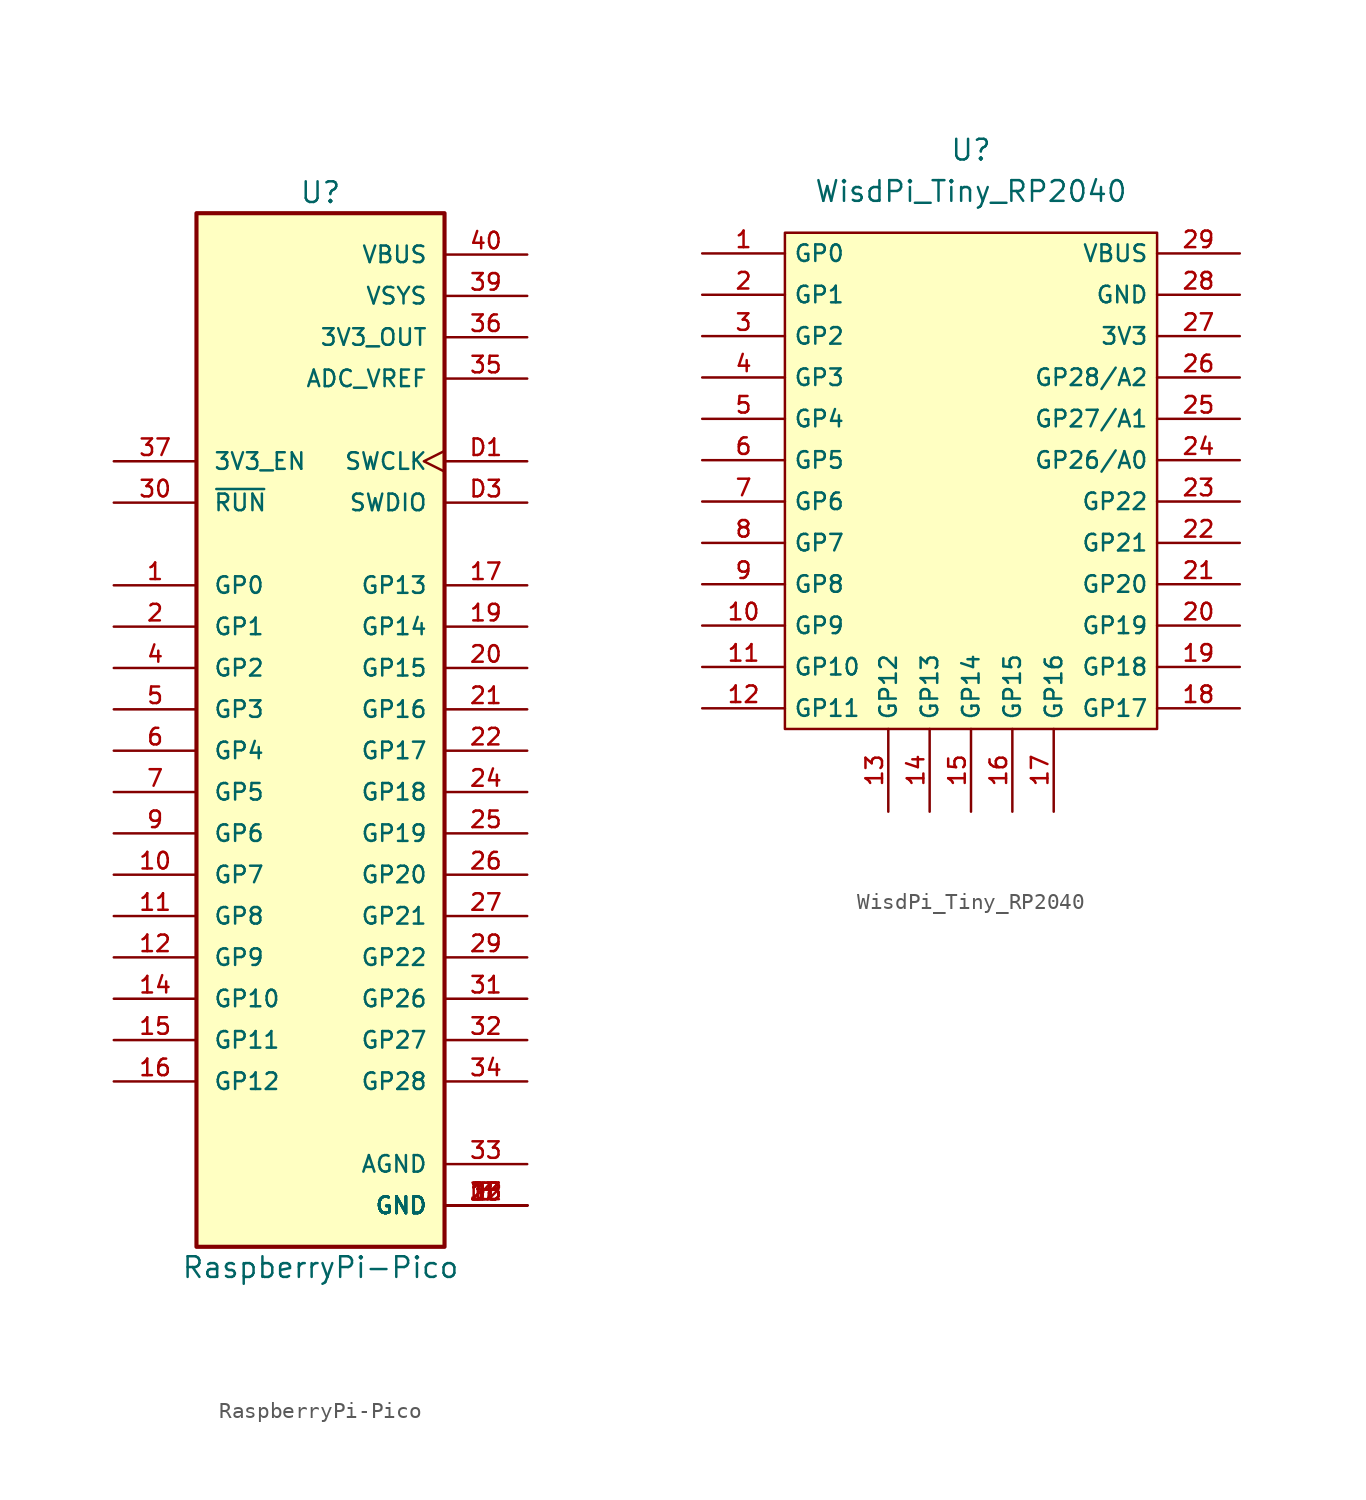
<source format=kicad_sym>
(kicad_symbol_lib
  (version 20211014)
  (generator kicad_symbol_editor)
  (symbol "RaspberryPi-Pico"
    (pin_names
      (offset 1.016))
    (property "Reference" "U"
      (at 0 31.75 0)
      (effects (font (size 1.27 1.27))))
    (property "Value" "RaspberryPi-Pico"
      (at 0 -34.29 0)
      (effects (font (size 1.27 1.27))))
    (symbol "RaspberryPi-Pico_0_0"
      (rectangle (start -7.62 30.48) (end 7.62 -33.02) (stroke (width 0.254) (type default) (color 0 0 0 0)) (fill (type background)))
      (pin bidirectional line (at -12.7 7.62 0) (length 5.08) (name "GP0" (effects (font (size 1.016 1.016)))) (number "1" (effects (font (size 1.016 1.016)))))
      (pin bidirectional line (at -12.7 -10.16 0) (length 5.08) (name "GP7" (effects (font (size 1.016 1.016)))) (number "10" (effects (font (size 1.016 1.016)))))
      (pin bidirectional line (at -12.7 -12.7 0) (length 5.08) (name "GP8" (effects (font (size 1.016 1.016)))) (number "11" (effects (font (size 1.016 1.016)))))
      (pin bidirectional line (at -12.7 -15.24 0) (length 5.08) (name "GP9" (effects (font (size 1.016 1.016)))) (number "12" (effects (font (size 1.016 1.016)))))
      (pin power_in line (at 12.7 -30.48 180) (length 5.08) (name "GND" (effects (font (size 1.016 1.016)))) (number "13" (effects (font (size 1.016 1.016)))))
      (pin bidirectional line (at -12.7 -17.78 0) (length 5.08) (name "GP10" (effects (font (size 1.016 1.016)))) (number "14" (effects (font (size 1.016 1.016)))))
      (pin bidirectional line (at -12.7 -20.32 0) (length 5.08) (name "GP11" (effects (font (size 1.016 1.016)))) (number "15" (effects (font (size 1.016 1.016)))))
      (pin bidirectional line (at -12.7 -22.86 0) (length 5.08) (name "GP12" (effects (font (size 1.016 1.016)))) (number "16" (effects (font (size 1.016 1.016)))))
      (pin bidirectional line (at 12.7 7.62 180) (length 5.08) (name "GP13" (effects (font (size 1.016 1.016)))) (number "17" (effects (font (size 1.016 1.016)))))
      (pin power_in line (at 12.7 -30.48 180) (length 5.08) (name "GND" (effects (font (size 1.016 1.016)))) (number "18" (effects (font (size 1.016 1.016)))))
      (pin bidirectional line (at 12.7 5.08 180) (length 5.08) (name "GP14" (effects (font (size 1.016 1.016)))) (number "19" (effects (font (size 1.016 1.016)))))
      (pin bidirectional line (at -12.7 5.08 0) (length 5.08) (name "GP1" (effects (font (size 1.016 1.016)))) (number "2" (effects (font (size 1.016 1.016)))))
      (pin bidirectional line (at 12.7 2.54 180) (length 5.08) (name "GP15" (effects (font (size 1.016 1.016)))) (number "20" (effects (font (size 1.016 1.016)))))
      (pin bidirectional line (at 12.7 0 180) (length 5.08) (name "GP16" (effects (font (size 1.016 1.016)))) (number "21" (effects (font (size 1.016 1.016)))))
      (pin bidirectional line (at 12.7 -2.54 180) (length 5.08) (name "GP17" (effects (font (size 1.016 1.016)))) (number "22" (effects (font (size 1.016 1.016)))))
      (pin power_in line (at 12.7 -30.48 180) (length 5.08) (name "GND" (effects (font (size 1.016 1.016)))) (number "23" (effects (font (size 1.016 1.016)))))
      (pin bidirectional line (at 12.7 -5.08 180) (length 5.08) (name "GP18" (effects (font (size 1.016 1.016)))) (number "24" (effects (font (size 1.016 1.016)))))
      (pin bidirectional line (at 12.7 -7.62 180) (length 5.08) (name "GP19" (effects (font (size 1.016 1.016)))) (number "25" (effects (font (size 1.016 1.016)))))
      (pin bidirectional line (at 12.7 -10.16 180) (length 5.08) (name "GP20" (effects (font (size 1.016 1.016)))) (number "26" (effects (font (size 1.016 1.016)))))
      (pin bidirectional line (at 12.7 -12.7 180) (length 5.08) (name "GP21" (effects (font (size 1.016 1.016)))) (number "27" (effects (font (size 1.016 1.016)))))
      (pin power_in line (at 12.7 -30.48 180) (length 5.08) (name "GND" (effects (font (size 1.016 1.016)))) (number "28" (effects (font (size 1.016 1.016)))))
      (pin bidirectional line (at 12.7 -15.24 180) (length 5.08) (name "GP22" (effects (font (size 1.016 1.016)))) (number "29" (effects (font (size 1.016 1.016)))))
      (pin power_in line (at 12.7 -30.48 180) (length 5.08) (name "GND" (effects (font (size 1.016 1.016)))) (number "3" (effects (font (size 1.016 1.016)))))
      (pin input line (at -12.7 12.7 0) (length 5.08) (name "~{RUN}" (effects (font (size 1.016 1.016)))) (number "30" (effects (font (size 1.016 1.016)))))
      (pin bidirectional line (at 12.7 -17.78 180) (length 5.08) (name "GP26" (effects (font (size 1.016 1.016)))) (number "31" (effects (font (size 1.016 1.016)))))
      (pin bidirectional line (at 12.7 -20.32 180) (length 5.08) (name "GP27" (effects (font (size 1.016 1.016)))) (number "32" (effects (font (size 1.016 1.016)))))
      (pin power_in line (at 12.7 -27.94 180) (length 5.08) (name "AGND" (effects (font (size 1.016 1.016)))) (number "33" (effects (font (size 1.016 1.016)))))
      (pin bidirectional line (at 12.7 -22.86 180) (length 5.08) (name "GP28" (effects (font (size 1.016 1.016)))) (number "34" (effects (font (size 1.016 1.016)))))
      (pin power_in line (at 12.7 20.32 180) (length 5.08) (name "ADC_VREF" (effects (font (size 1.016 1.016)))) (number "35" (effects (font (size 1.016 1.016)))))
      (pin power_in line (at 12.7 22.86 180) (length 5.08) (name "3V3_OUT" (effects (font (size 1.016 1.016)))) (number "36" (effects (font (size 1.016 1.016)))))
      (pin input line (at -12.7 15.24 0) (length 5.08) (name "3V3_EN" (effects (font (size 1.016 1.016)))) (number "37" (effects (font (size 1.016 1.016)))))
      (pin power_in line (at 12.7 -30.48 180) (length 5.08) (name "GND" (effects (font (size 1.016 1.016)))) (number "38" (effects (font (size 1.016 1.016)))))
      (pin power_in line (at 12.7 25.4 180) (length 5.08) (name "VSYS" (effects (font (size 1.016 1.016)))) (number "39" (effects (font (size 1.016 1.016)))))
      (pin bidirectional line (at -12.7 2.54 0) (length 5.08) (name "GP2" (effects (font (size 1.016 1.016)))) (number "4" (effects (font (size 1.016 1.016)))))
      (pin power_in line (at 12.7 27.94 180) (length 5.08) (name "VBUS" (effects (font (size 1.016 1.016)))) (number "40" (effects (font (size 1.016 1.016)))))
      (pin bidirectional line (at -12.7 0 0) (length 5.08) (name "GP3" (effects (font (size 1.016 1.016)))) (number "5" (effects (font (size 1.016 1.016)))))
      (pin bidirectional line (at -12.7 -2.54 0) (length 5.08) (name "GP4" (effects (font (size 1.016 1.016)))) (number "6" (effects (font (size 1.016 1.016)))))
      (pin bidirectional line (at -12.7 -5.08 0) (length 5.08) (name "GP5" (effects (font (size 1.016 1.016)))) (number "7" (effects (font (size 1.016 1.016)))))
      (pin power_in line (at 12.7 -30.48 180) (length 5.08) (name "GND" (effects (font (size 1.016 1.016)))) (number "8" (effects (font (size 1.016 1.016)))))
      (pin bidirectional line (at -12.7 -7.62 0) (length 5.08) (name "GP6" (effects (font (size 1.016 1.016)))) (number "9" (effects (font (size 1.016 1.016)))))
      (pin input clock (at 12.7 15.24 180) (length 5.08) (name "SWCLK" (effects (font (size 1.016 1.016)))) (number "D1" (effects (font (size 1.016 1.016)))))
      (pin power_in line (at 12.7 -30.48 180) (length 5.08) (name "GND" (effects (font (size 1.016 1.016)))) (number "D2" (effects (font (size 1.016 1.016)))))
      (pin bidirectional line (at 12.7 12.7 180) (length 5.08) (name "SWDIO" (effects (font (size 1.016 1.016)))) (number "D3" (effects (font (size 1.016 1.016)))))))
  (symbol "WisdPi_Tiny_RP2040"
    (property "Reference" "U"
      (at 0 20.32 0)
      (effects (font (size 1.27 1.27))))
    (property "Value" "WisdPi_Tiny_RP2040"
      (at 0 17.78 0)
      (effects (font (size 1.27 1.27))))
    (symbol "WisdPi_Tiny_RP2040_0_0"
      (pin bidirectional line (at -16.51 13.97 0) (length 5.08) (name "GP0" (effects (font (size 1.016 1.016)))) (number "1" (effects (font (size 1.016 1.016)))))
      (pin bidirectional line (at -16.51 -8.89 0) (length 5.08) (name "GP9" (effects (font (size 1.016 1.016)))) (number "10" (effects (font (size 1.016 1.016)))))
      (pin bidirectional line (at -16.51 -11.43 0) (length 5.08) (name "GP10" (effects (font (size 1.016 1.016)))) (number "11" (effects (font (size 1.016 1.016)))))
      (pin bidirectional line (at -16.51 -13.97 0) (length 5.08) (name "GP11" (effects (font (size 1.016 1.016)))) (number "12" (effects (font (size 1.016 1.016)))))
      (pin bidirectional line (at -5.08 -20.32 90) (length 5.08) (name "GP12" (effects (font (size 1.016 1.016)))) (number "13" (effects (font (size 1.016 1.016)))))
      (pin bidirectional line (at -2.54 -20.32 90) (length 5.08) (name "GP13" (effects (font (size 1.016 1.016)))) (number "14" (effects (font (size 1.016 1.016)))))
      (pin bidirectional line (at 0 -20.32 90) (length 5.08) (name "GP14" (effects (font (size 1.016 1.016)))) (number "15" (effects (font (size 1.016 1.016)))))
      (pin bidirectional line (at 2.54 -20.32 90) (length 5.08) (name "GP15" (effects (font (size 1.016 1.016)))) (number "16" (effects (font (size 1.016 1.016)))))
      (pin bidirectional line (at 5.08 -20.32 90) (length 5.08) (name "GP16" (effects (font (size 1.016 1.016)))) (number "17" (effects (font (size 1.016 1.016)))))
      (pin bidirectional line (at 16.51 -13.97 180) (length 5.08) (name "GP17" (effects (font (size 1.016 1.016)))) (number "18" (effects (font (size 1.016 1.016)))))
      (pin bidirectional line (at 16.51 -11.43 180) (length 5.08) (name "GP18" (effects (font (size 1.016 1.016)))) (number "19" (effects (font (size 1.016 1.016)))))
      (pin bidirectional line (at -16.51 11.43 0) (length 5.08) (name "GP1" (effects (font (size 1.016 1.016)))) (number "2" (effects (font (size 1.016 1.016)))))
      (pin bidirectional line (at 16.51 -8.89 180) (length 5.08) (name "GP19" (effects (font (size 1.016 1.016)))) (number "20" (effects (font (size 1.016 1.016)))))
      (pin bidirectional line (at 16.51 -6.35 180) (length 5.08) (name "GP20" (effects (font (size 1.016 1.016)))) (number "21" (effects (font (size 1.016 1.016)))))
      (pin bidirectional line (at 16.51 -3.81 180) (length 5.08) (name "GP21" (effects (font (size 1.016 1.016)))) (number "22" (effects (font (size 1.016 1.016)))))
      (pin bidirectional line (at 16.51 -1.27 180) (length 5.08) (name "GP22" (effects (font (size 1.016 1.016)))) (number "23" (effects (font (size 1.016 1.016)))))
      (pin bidirectional line (at 16.51 1.27 180) (length 5.08) (name "GP26/A0" (effects (font (size 1.016 1.016)))) (number "24" (effects (font (size 1.016 1.016)))))
      (pin bidirectional line (at 16.51 3.81 180) (length 5.08) (name "GP27/A1" (effects (font (size 1.016 1.016)))) (number "25" (effects (font (size 1.016 1.016)))))
      (pin bidirectional line (at 16.51 6.35 180) (length 5.08) (name "GP28/A2" (effects (font (size 1.016 1.016)))) (number "26" (effects (font (size 1.016 1.016)))))
      (pin power_in line (at 16.51 8.89 180) (length 5.08) (name "3V3" (effects (font (size 1.016 1.016)))) (number "27" (effects (font (size 1.016 1.016)))))
      (pin power_in line (at 16.51 11.43 180) (length 5.08) (name "GND" (effects (font (size 1.016 1.016)))) (number "28" (effects (font (size 1.016 1.016)))))
      (pin power_out line (at 16.51 13.97 180) (length 5.08) (name "VBUS" (effects (font (size 1.016 1.016)))) (number "29" (effects (font (size 1.016 1.016)))))
      (pin bidirectional line (at -16.51 8.89 0) (length 5.08) (name "GP2" (effects (font (size 1.016 1.016)))) (number "3" (effects (font (size 1.016 1.016)))))
      (pin bidirectional line (at -16.51 6.35 0) (length 5.08) (name "GP3" (effects (font (size 1.016 1.016)))) (number "4" (effects (font (size 1.016 1.016)))))
      (pin bidirectional line (at -16.51 3.81 0) (length 5.08) (name "GP4" (effects (font (size 1.016 1.016)))) (number "5" (effects (font (size 1.016 1.016)))))
      (pin bidirectional line (at -16.51 1.27 0) (length 5.08) (name "GP5" (effects (font (size 1.016 1.016)))) (number "6" (effects (font (size 1.016 1.016)))))
      (pin bidirectional line (at -16.51 -1.27 0) (length 5.08) (name "GP6" (effects (font (size 1.016 1.016)))) (number "7" (effects (font (size 1.016 1.016)))))
      (pin bidirectional line (at -16.51 -3.81 0) (length 5.08) (name "GP7" (effects (font (size 1.016 1.016)))) (number "8" (effects (font (size 1.016 1.016)))))
      (pin bidirectional line (at -16.51 -6.35 0) (length 5.08) (name "GP8" (effects (font (size 1.016 1.016)))) (number "9" (effects (font (size 1.016 1.016))))))
    (symbol "WisdPi_Tiny_RP2040_0_1"
      (rectangle (start -11.43 -15.24) (end 11.43 15.24) (stroke (width 0) (type default) (color 0 0 0 0)) (fill (type background))))))
</source>
